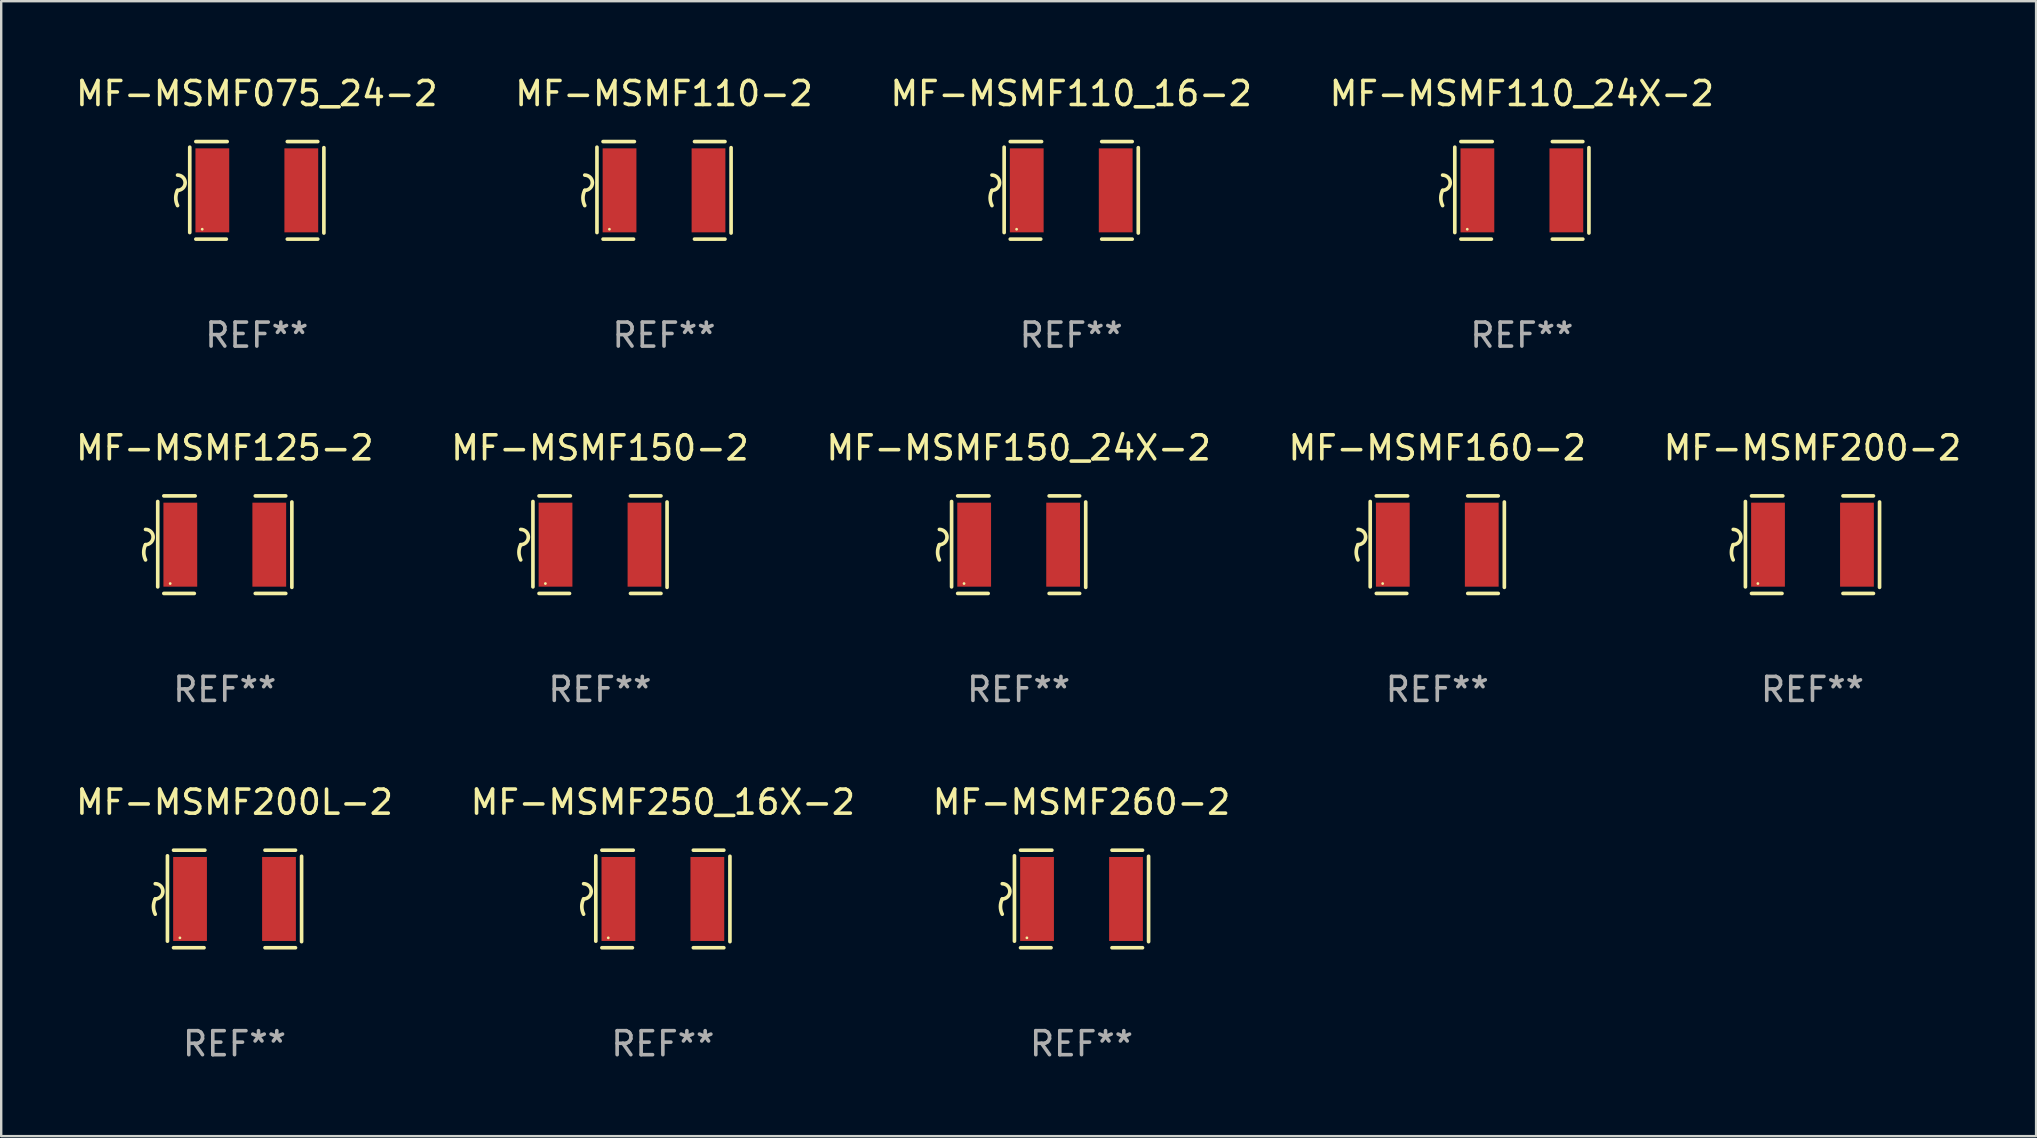
<source format=kicad_pcb>
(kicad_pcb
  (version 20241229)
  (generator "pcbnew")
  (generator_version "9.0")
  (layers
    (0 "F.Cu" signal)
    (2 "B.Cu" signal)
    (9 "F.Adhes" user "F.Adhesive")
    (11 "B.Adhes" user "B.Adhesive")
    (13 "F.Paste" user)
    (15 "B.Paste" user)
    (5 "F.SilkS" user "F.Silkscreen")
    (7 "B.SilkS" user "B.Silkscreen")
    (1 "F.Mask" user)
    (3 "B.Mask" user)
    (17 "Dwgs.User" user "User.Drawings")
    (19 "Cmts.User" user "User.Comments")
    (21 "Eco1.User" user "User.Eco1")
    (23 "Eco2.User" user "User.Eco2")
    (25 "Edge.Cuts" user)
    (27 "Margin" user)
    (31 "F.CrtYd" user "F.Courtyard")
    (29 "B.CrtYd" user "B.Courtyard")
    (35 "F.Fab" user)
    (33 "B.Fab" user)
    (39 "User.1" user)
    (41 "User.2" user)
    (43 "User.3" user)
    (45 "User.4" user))
  (footprint "MF-MSMF110_24X-2"
    (layer "F.Cu")
    (at 60.351 4.88)
    (property "Reference" "MF-MSMF110_24X-2" (at 0 -4.032 0) (layer "F.SilkS") (effects (font (size 1 1) (thickness 0.15))))
    (attr through_hole)
    (fp_line (start -2.794 -1.798) (end -2.794 1.758) (stroke (width 0.152) (type solid)) (layer "F.SilkS"))
    (fp_line (start -2.54 -2.032) (end -1.235 -2.032) (stroke (width 0.152) (type solid)) (layer "F.SilkS"))
    (fp_line (start -1.27 2.032) (end -2.54 2.032) (stroke (width 0.152) (type solid)) (layer "F.SilkS"))
    (fp_line (start 1.27 2.032) (end 2.54 2.032) (stroke (width 0.152) (type solid)) (layer "F.SilkS"))
    (fp_line (start 2.54 -2.032) (end 1.27 -2.032) (stroke (width 0.152) (type solid)) (layer "F.SilkS"))
    (fp_line (start 2.794 -1.778) (end 2.794 1.778) (stroke (width 0.152) (type solid)) (layer "F.SilkS"))
    (fp_arc (start -3.302007 -0.635002) (mid -2.984506 -0.317501) (end -3.302007 0) (stroke (width 0.151994) (type solid)) (layer "F.SilkS"))
    (fp_arc (start -3.302007 0.635002) (mid -3.376959 0.317501) (end -3.302007 0) (stroke (width 0.151994) (type solid)) (layer "F.SilkS"))
    (fp_circle (center -2.275 1.62) (end -2.245 1.62) (stroke (width 0.06) (type solid)) (fill no) (layer "F.SilkS"))
    (fp_text user "REF**" (at 0 6.032 0) (layer "F.Fab") (effects (font (size 1 1) (thickness 0.15))))
    (pad "1" smd rect (at -1.853 0) (size 1.407 3.499) (layers "F.Cu" "F.Mask" "F.Paste"))
    (pad "2" smd rect (at 1.853 0) (size 1.407 3.499) (layers "F.Cu" "F.Mask" "F.Paste")))
  (footprint "MF-MSMF075_24-2"
    (layer "F.Cu")
    (at 7.649 4.88)
    (property "Reference" "MF-MSMF075_24-2" (at 0 -4.032 0) (layer "F.SilkS") (effects (font (size 1 1) (thickness 0.15))))
    (attr through_hole)
    (fp_line (start -2.794 -1.798) (end -2.794 1.758) (stroke (width 0.152) (type solid)) (layer "F.SilkS"))
    (fp_line (start -2.54 -2.032) (end -1.235 -2.032) (stroke (width 0.152) (type solid)) (layer "F.SilkS"))
    (fp_line (start -1.27 2.032) (end -2.54 2.032) (stroke (width 0.152) (type solid)) (layer "F.SilkS"))
    (fp_line (start 1.27 2.032) (end 2.54 2.032) (stroke (width 0.152) (type solid)) (layer "F.SilkS"))
    (fp_line (start 2.54 -2.032) (end 1.27 -2.032) (stroke (width 0.152) (type solid)) (layer "F.SilkS"))
    (fp_line (start 2.794 -1.778) (end 2.794 1.778) (stroke (width 0.152) (type solid)) (layer "F.SilkS"))
    (fp_arc (start -3.302007 -0.635002) (mid -2.984506 -0.317501) (end -3.302007 0) (stroke (width 0.151994) (type solid)) (layer "F.SilkS"))
    (fp_arc (start -3.302007 0.635002) (mid -3.376959 0.317501) (end -3.302007 0) (stroke (width 0.151994) (type solid)) (layer "F.SilkS"))
    (fp_circle (center -2.275 1.62) (end -2.245 1.62) (stroke (width 0.06) (type solid)) (fill no) (layer "F.SilkS"))
    (fp_text user "REF**" (at 0 6.032 0) (layer "F.Fab") (effects (font (size 1 1) (thickness 0.15))))
    (pad "1" smd rect (at -1.853 0) (size 1.407 3.499) (layers "F.Cu" "F.Mask" "F.Paste"))
    (pad "2" smd rect (at 1.853 0) (size 1.407 3.499) (layers "F.Cu" "F.Mask" "F.Paste")))
  (footprint "MF-MSMF110-2"
    (layer "F.Cu")
    (at 24.613 4.88)
    (property "Reference" "MF-MSMF110-2" (at 0 -4.032 0) (layer "F.SilkS") (effects (font (size 1 1) (thickness 0.15))))
    (attr through_hole)
    (fp_line (start -2.794 -1.798) (end -2.794 1.758) (stroke (width 0.152) (type solid)) (layer "F.SilkS"))
    (fp_line (start -2.54 -2.032) (end -1.235 -2.032) (stroke (width 0.152) (type solid)) (layer "F.SilkS"))
    (fp_line (start -1.27 2.032) (end -2.54 2.032) (stroke (width 0.152) (type solid)) (layer "F.SilkS"))
    (fp_line (start 1.27 2.032) (end 2.54 2.032) (stroke (width 0.152) (type solid)) (layer "F.SilkS"))
    (fp_line (start 2.54 -2.032) (end 1.27 -2.032) (stroke (width 0.152) (type solid)) (layer "F.SilkS"))
    (fp_line (start 2.794 -1.778) (end 2.794 1.778) (stroke (width 0.152) (type solid)) (layer "F.SilkS"))
    (fp_arc (start -3.302007 -0.635002) (mid -2.984506 -0.317501) (end -3.302007 0) (stroke (width 0.151994) (type solid)) (layer "F.SilkS"))
    (fp_arc (start -3.302007 0.635002) (mid -3.376959 0.317501) (end -3.302007 0) (stroke (width 0.151994) (type solid)) (layer "F.SilkS"))
    (fp_circle (center -2.275 1.62) (end -2.245 1.62) (stroke (width 0.06) (type solid)) (fill no) (layer "F.SilkS"))
    (fp_text user "REF**" (at 0 6.032 0) (layer "F.Fab") (effects (font (size 1 1) (thickness 0.15))))
    (pad "1" smd rect (at -1.853 0) (size 1.407 3.499) (layers "F.Cu" "F.Mask" "F.Paste"))
    (pad "2" smd rect (at 1.853 0) (size 1.407 3.499) (layers "F.Cu" "F.Mask" "F.Paste")))
  (footprint "MF-MSMF250_16X-2"
    (layer "F.Cu")
    (at 24.565 34.401)
    (property "Reference" "MF-MSMF250_16X-2" (at 0 -4.032 0) (layer "F.SilkS") (effects (font (size 1 1) (thickness 0.15))))
    (attr through_hole)
    (fp_line (start -2.794 -1.798) (end -2.794 1.758) (stroke (width 0.152) (type solid)) (layer "F.SilkS"))
    (fp_line (start -2.54 -2.032) (end -1.235 -2.032) (stroke (width 0.152) (type solid)) (layer "F.SilkS"))
    (fp_line (start -1.27 2.032) (end -2.54 2.032) (stroke (width 0.152) (type solid)) (layer "F.SilkS"))
    (fp_line (start 1.27 2.032) (end 2.54 2.032) (stroke (width 0.152) (type solid)) (layer "F.SilkS"))
    (fp_line (start 2.54 -2.032) (end 1.27 -2.032) (stroke (width 0.152) (type solid)) (layer "F.SilkS"))
    (fp_line (start 2.794 -1.778) (end 2.794 1.778) (stroke (width 0.152) (type solid)) (layer "F.SilkS"))
    (fp_arc (start -3.302007 -0.635002) (mid -2.984506 -0.317501) (end -3.302007 0) (stroke (width 0.151994) (type solid)) (layer "F.SilkS"))
    (fp_arc (start -3.302007 0.635002) (mid -3.376959 0.317501) (end -3.302007 0) (stroke (width 0.151994) (type solid)) (layer "F.SilkS"))
    (fp_circle (center -2.275 1.62) (end -2.245 1.62) (stroke (width 0.06) (type solid)) (fill no) (layer "F.SilkS"))
    (fp_text user "REF**" (at 0 6.032 0) (layer "F.Fab") (effects (font (size 1 1) (thickness 0.15))))
    (pad "1" smd rect (at -1.853 0) (size 1.407 3.499) (layers "F.Cu" "F.Mask" "F.Paste"))
    (pad "2" smd rect (at 1.853 0) (size 1.407 3.499) (layers "F.Cu" "F.Mask" "F.Paste")))
  (footprint "MF-MSMF110_16-2"
    (layer "F.Cu")
    (at 41.577 4.88)
    (property "Reference" "MF-MSMF110_16-2" (at 0 -4.032 0) (layer "F.SilkS") (effects (font (size 1 1) (thickness 0.15))))
    (attr through_hole)
    (fp_line (start -2.794 -1.798) (end -2.794 1.758) (stroke (width 0.152) (type solid)) (layer "F.SilkS"))
    (fp_line (start -2.54 -2.032) (end -1.235 -2.032) (stroke (width 0.152) (type solid)) (layer "F.SilkS"))
    (fp_line (start -1.27 2.032) (end -2.54 2.032) (stroke (width 0.152) (type solid)) (layer "F.SilkS"))
    (fp_line (start 1.27 2.032) (end 2.54 2.032) (stroke (width 0.152) (type solid)) (layer "F.SilkS"))
    (fp_line (start 2.54 -2.032) (end 1.27 -2.032) (stroke (width 0.152) (type solid)) (layer "F.SilkS"))
    (fp_line (start 2.794 -1.778) (end 2.794 1.778) (stroke (width 0.152) (type solid)) (layer "F.SilkS"))
    (fp_arc (start -3.302007 -0.635002) (mid -2.984506 -0.317501) (end -3.302007 0) (stroke (width 0.151994) (type solid)) (layer "F.SilkS"))
    (fp_arc (start -3.302007 0.635002) (mid -3.376959 0.317501) (end -3.302007 0) (stroke (width 0.151994) (type solid)) (layer "F.SilkS"))
    (fp_circle (center -2.275 1.62) (end -2.245 1.62) (stroke (width 0.06) (type solid)) (fill no) (layer "F.SilkS"))
    (fp_text user "REF**" (at 0 6.032 0) (layer "F.Fab") (effects (font (size 1 1) (thickness 0.15))))
    (pad "1" smd rect (at -1.853 0) (size 1.407 3.499) (layers "F.Cu" "F.Mask" "F.Paste"))
    (pad "2" smd rect (at 1.853 0) (size 1.407 3.499) (layers "F.Cu" "F.Mask" "F.Paste")))
  (footprint "MF-MSMF125-2"
    (layer "F.Cu")
    (at 6.315 19.641)
    (property "Reference" "MF-MSMF125-2" (at 0 -4.032 0) (layer "F.SilkS") (effects (font (size 1 1) (thickness 0.15))))
    (attr through_hole)
    (fp_line (start -2.794 -1.798) (end -2.794 1.758) (stroke (width 0.152) (type solid)) (layer "F.SilkS"))
    (fp_line (start -2.54 -2.032) (end -1.235 -2.032) (stroke (width 0.152) (type solid)) (layer "F.SilkS"))
    (fp_line (start -1.27 2.032) (end -2.54 2.032) (stroke (width 0.152) (type solid)) (layer "F.SilkS"))
    (fp_line (start 1.27 2.032) (end 2.54 2.032) (stroke (width 0.152) (type solid)) (layer "F.SilkS"))
    (fp_line (start 2.54 -2.032) (end 1.27 -2.032) (stroke (width 0.152) (type solid)) (layer "F.SilkS"))
    (fp_line (start 2.794 -1.778) (end 2.794 1.778) (stroke (width 0.152) (type solid)) (layer "F.SilkS"))
    (fp_arc (start -3.302007 -0.635002) (mid -2.984506 -0.317501) (end -3.302007 0) (stroke (width 0.151994) (type solid)) (layer "F.SilkS"))
    (fp_arc (start -3.302007 0.635002) (mid -3.376959 0.317501) (end -3.302007 0) (stroke (width 0.151994) (type solid)) (layer "F.SilkS"))
    (fp_circle (center -2.275 1.62) (end -2.245 1.62) (stroke (width 0.06) (type solid)) (fill no) (layer "F.SilkS"))
    (fp_text user "REF**" (at 0 6.032 0) (layer "F.Fab") (effects (font (size 1 1) (thickness 0.15))))
    (pad "1" smd rect (at -1.853 0) (size 1.407 3.499) (layers "F.Cu" "F.Mask" "F.Paste"))
    (pad "2" smd rect (at 1.853 0) (size 1.407 3.499) (layers "F.Cu" "F.Mask" "F.Paste")))
  (footprint "MF-MSMF200-2"
    (layer "F.Cu")
    (at 72.458 19.641)
    (property "Reference" "MF-MSMF200-2" (at 0 -4.032 0) (layer "F.SilkS") (effects (font (size 1 1) (thickness 0.15))))
    (attr through_hole)
    (fp_line (start -2.794 -1.798) (end -2.794 1.758) (stroke (width 0.152) (type solid)) (layer "F.SilkS"))
    (fp_line (start -2.54 -2.032) (end -1.235 -2.032) (stroke (width 0.152) (type solid)) (layer "F.SilkS"))
    (fp_line (start -1.27 2.032) (end -2.54 2.032) (stroke (width 0.152) (type solid)) (layer "F.SilkS"))
    (fp_line (start 1.27 2.032) (end 2.54 2.032) (stroke (width 0.152) (type solid)) (layer "F.SilkS"))
    (fp_line (start 2.54 -2.032) (end 1.27 -2.032) (stroke (width 0.152) (type solid)) (layer "F.SilkS"))
    (fp_line (start 2.794 -1.778) (end 2.794 1.778) (stroke (width 0.152) (type solid)) (layer "F.SilkS"))
    (fp_arc (start -3.302007 -0.635002) (mid -2.984506 -0.317501) (end -3.302007 0) (stroke (width 0.151994) (type solid)) (layer "F.SilkS"))
    (fp_arc (start -3.302007 0.635002) (mid -3.376959 0.317501) (end -3.302007 0) (stroke (width 0.151994) (type solid)) (layer "F.SilkS"))
    (fp_circle (center -2.275 1.62) (end -2.245 1.62) (stroke (width 0.06) (type solid)) (fill no) (layer "F.SilkS"))
    (fp_text user "REF**" (at 0 6.032 0) (layer "F.Fab") (effects (font (size 1 1) (thickness 0.15))))
    (pad "1" smd rect (at -1.853 0) (size 1.407 3.499) (layers "F.Cu" "F.Mask" "F.Paste"))
    (pad "2" smd rect (at 1.853 0) (size 1.407 3.499) (layers "F.Cu" "F.Mask" "F.Paste")))
  (footprint "MF-MSMF150-2"
    (layer "F.Cu")
    (at 21.946 19.641)
    (property "Reference" "MF-MSMF150-2" (at 0 -4.032 0) (layer "F.SilkS") (effects (font (size 1 1) (thickness 0.15))))
    (attr through_hole)
    (fp_line (start -2.794 -1.798) (end -2.794 1.758) (stroke (width 0.152) (type solid)) (layer "F.SilkS"))
    (fp_line (start -2.54 -2.032) (end -1.235 -2.032) (stroke (width 0.152) (type solid)) (layer "F.SilkS"))
    (fp_line (start -1.27 2.032) (end -2.54 2.032) (stroke (width 0.152) (type solid)) (layer "F.SilkS"))
    (fp_line (start 1.27 2.032) (end 2.54 2.032) (stroke (width 0.152) (type solid)) (layer "F.SilkS"))
    (fp_line (start 2.54 -2.032) (end 1.27 -2.032) (stroke (width 0.152) (type solid)) (layer "F.SilkS"))
    (fp_line (start 2.794 -1.778) (end 2.794 1.778) (stroke (width 0.152) (type solid)) (layer "F.SilkS"))
    (fp_arc (start -3.302007 -0.635002) (mid -2.984506 -0.317501) (end -3.302007 0) (stroke (width 0.151994) (type solid)) (layer "F.SilkS"))
    (fp_arc (start -3.302007 0.635002) (mid -3.376959 0.317501) (end -3.302007 0) (stroke (width 0.151994) (type solid)) (layer "F.SilkS"))
    (fp_circle (center -2.275 1.62) (end -2.245 1.62) (stroke (width 0.06) (type solid)) (fill no) (layer "F.SilkS"))
    (fp_text user "REF**" (at 0 6.032 0) (layer "F.Fab") (effects (font (size 1 1) (thickness 0.15))))
    (pad "1" smd rect (at -1.853 0) (size 1.407 3.499) (layers "F.Cu" "F.Mask" "F.Paste"))
    (pad "2" smd rect (at 1.853 0) (size 1.407 3.499) (layers "F.Cu" "F.Mask" "F.Paste")))
  (footprint "MF-MSMF200L-2"
    (layer "F.Cu")
    (at 6.72 34.401)
    (property "Reference" "MF-MSMF200L-2" (at 0 -4.032 0) (layer "F.SilkS") (effects (font (size 1 1) (thickness 0.15))))
    (attr through_hole)
    (fp_line (start -2.794 -1.798) (end -2.794 1.758) (stroke (width 0.152) (type solid)) (layer "F.SilkS"))
    (fp_line (start -2.54 -2.032) (end -1.235 -2.032) (stroke (width 0.152) (type solid)) (layer "F.SilkS"))
    (fp_line (start -1.27 2.032) (end -2.54 2.032) (stroke (width 0.152) (type solid)) (layer "F.SilkS"))
    (fp_line (start 1.27 2.032) (end 2.54 2.032) (stroke (width 0.152) (type solid)) (layer "F.SilkS"))
    (fp_line (start 2.54 -2.032) (end 1.27 -2.032) (stroke (width 0.152) (type solid)) (layer "F.SilkS"))
    (fp_line (start 2.794 -1.778) (end 2.794 1.778) (stroke (width 0.152) (type solid)) (layer "F.SilkS"))
    (fp_arc (start -3.302007 -0.635002) (mid -2.984506 -0.317501) (end -3.302007 0) (stroke (width 0.151994) (type solid)) (layer "F.SilkS"))
    (fp_arc (start -3.302007 0.635002) (mid -3.376959 0.317501) (end -3.302007 0) (stroke (width 0.151994) (type solid)) (layer "F.SilkS"))
    (fp_circle (center -2.275 1.62) (end -2.245 1.62) (stroke (width 0.06) (type solid)) (fill no) (layer "F.SilkS"))
    (fp_text user "REF**" (at 0 6.032 0) (layer "F.Fab") (effects (font (size 1 1) (thickness 0.15))))
    (pad "1" smd rect (at -1.853 0) (size 1.407 3.499) (layers "F.Cu" "F.Mask" "F.Paste"))
    (pad "2" smd rect (at 1.853 0) (size 1.407 3.499) (layers "F.Cu" "F.Mask" "F.Paste")))
  (footprint "MF-MSMF260-2"
    (layer "F.Cu")
    (at 42.006 34.401)
    (property "Reference" "MF-MSMF260-2" (at 0 -4.032 0) (layer "F.SilkS") (effects (font (size 1 1) (thickness 0.15))))
    (attr through_hole)
    (fp_line (start -2.794 -1.798) (end -2.794 1.758) (stroke (width 0.152) (type solid)) (layer "F.SilkS"))
    (fp_line (start -2.54 -2.032) (end -1.235 -2.032) (stroke (width 0.152) (type solid)) (layer "F.SilkS"))
    (fp_line (start -1.27 2.032) (end -2.54 2.032) (stroke (width 0.152) (type solid)) (layer "F.SilkS"))
    (fp_line (start 1.27 2.032) (end 2.54 2.032) (stroke (width 0.152) (type solid)) (layer "F.SilkS"))
    (fp_line (start 2.54 -2.032) (end 1.27 -2.032) (stroke (width 0.152) (type solid)) (layer "F.SilkS"))
    (fp_line (start 2.794 -1.778) (end 2.794 1.778) (stroke (width 0.152) (type solid)) (layer "F.SilkS"))
    (fp_arc (start -3.302007 -0.635002) (mid -2.984506 -0.317501) (end -3.302007 0) (stroke (width 0.151994) (type solid)) (layer "F.SilkS"))
    (fp_arc (start -3.302007 0.635002) (mid -3.376959 0.317501) (end -3.302007 0) (stroke (width 0.151994) (type solid)) (layer "F.SilkS"))
    (fp_circle (center -2.275 1.62) (end -2.245 1.62) (stroke (width 0.06) (type solid)) (fill no) (layer "F.SilkS"))
    (fp_text user "REF**" (at 0 6.032 0) (layer "F.Fab") (effects (font (size 1 1) (thickness 0.15))))
    (pad "1" smd rect (at -1.853 0) (size 1.407 3.499) (layers "F.Cu" "F.Mask" "F.Paste"))
    (pad "2" smd rect (at 1.853 0) (size 1.407 3.499) (layers "F.Cu" "F.Mask" "F.Paste")))
  (footprint "MF-MSMF160-2"
    (layer "F.Cu")
    (at 56.827 19.641)
    (property "Reference" "MF-MSMF160-2" (at 0 -4.032 0) (layer "F.SilkS") (effects (font (size 1 1) (thickness 0.15))))
    (attr through_hole)
    (fp_line (start -2.794 -1.798) (end -2.794 1.758) (stroke (width 0.152) (type solid)) (layer "F.SilkS"))
    (fp_line (start -2.54 -2.032) (end -1.235 -2.032) (stroke (width 0.152) (type solid)) (layer "F.SilkS"))
    (fp_line (start -1.27 2.032) (end -2.54 2.032) (stroke (width 0.152) (type solid)) (layer "F.SilkS"))
    (fp_line (start 1.27 2.032) (end 2.54 2.032) (stroke (width 0.152) (type solid)) (layer "F.SilkS"))
    (fp_line (start 2.54 -2.032) (end 1.27 -2.032) (stroke (width 0.152) (type solid)) (layer "F.SilkS"))
    (fp_line (start 2.794 -1.778) (end 2.794 1.778) (stroke (width 0.152) (type solid)) (layer "F.SilkS"))
    (fp_arc (start -3.302007 -0.635002) (mid -2.984506 -0.317501) (end -3.302007 0) (stroke (width 0.151994) (type solid)) (layer "F.SilkS"))
    (fp_arc (start -3.302007 0.635002) (mid -3.376959 0.317501) (end -3.302007 0) (stroke (width 0.151994) (type solid)) (layer "F.SilkS"))
    (fp_circle (center -2.275 1.62) (end -2.245 1.62) (stroke (width 0.06) (type solid)) (fill no) (layer "F.SilkS"))
    (fp_text user "REF**" (at 0 6.032 0) (layer "F.Fab") (effects (font (size 1 1) (thickness 0.15))))
    (pad "1" smd rect (at -1.853 0) (size 1.407 3.499) (layers "F.Cu" "F.Mask" "F.Paste"))
    (pad "2" smd rect (at 1.853 0) (size 1.407 3.499) (layers "F.Cu" "F.Mask" "F.Paste")))
  (footprint "MF-MSMF150_24X-2"
    (layer "F.Cu")
    (at 39.387 19.641)
    (property "Reference" "MF-MSMF150_24X-2" (at 0 -4.032 0) (layer "F.SilkS") (effects (font (size 1 1) (thickness 0.15))))
    (attr through_hole)
    (fp_line (start -2.794 -1.798) (end -2.794 1.758) (stroke (width 0.152) (type solid)) (layer "F.SilkS"))
    (fp_line (start -2.54 -2.032) (end -1.235 -2.032) (stroke (width 0.152) (type solid)) (layer "F.SilkS"))
    (fp_line (start -1.27 2.032) (end -2.54 2.032) (stroke (width 0.152) (type solid)) (layer "F.SilkS"))
    (fp_line (start 1.27 2.032) (end 2.54 2.032) (stroke (width 0.152) (type solid)) (layer "F.SilkS"))
    (fp_line (start 2.54 -2.032) (end 1.27 -2.032) (stroke (width 0.152) (type solid)) (layer "F.SilkS"))
    (fp_line (start 2.794 -1.778) (end 2.794 1.778) (stroke (width 0.152) (type solid)) (layer "F.SilkS"))
    (fp_arc (start -3.302007 -0.635002) (mid -2.984506 -0.317501) (end -3.302007 0) (stroke (width 0.151994) (type solid)) (layer "F.SilkS"))
    (fp_arc (start -3.302007 0.635002) (mid -3.376959 0.317501) (end -3.302007 0) (stroke (width 0.151994) (type solid)) (layer "F.SilkS"))
    (fp_circle (center -2.275 1.62) (end -2.245 1.62) (stroke (width 0.06) (type solid)) (fill no) (layer "F.SilkS"))
    (fp_text user "REF**" (at 0 6.032 0) (layer "F.Fab") (effects (font (size 1 1) (thickness 0.15))))
    (pad "1" smd rect (at -1.853 0) (size 1.407 3.499) (layers "F.Cu" "F.Mask" "F.Paste"))
    (pad "2" smd rect (at 1.853 0) (size 1.407 3.499) (layers "F.Cu" "F.Mask" "F.Paste")))
  (gr_rect
    (start -3 -3)
    (end 81.774 44.282)
    (stroke (width 0.1) (type default))
    (fill no)
    (layer "Edge.Cuts")))
</source>
